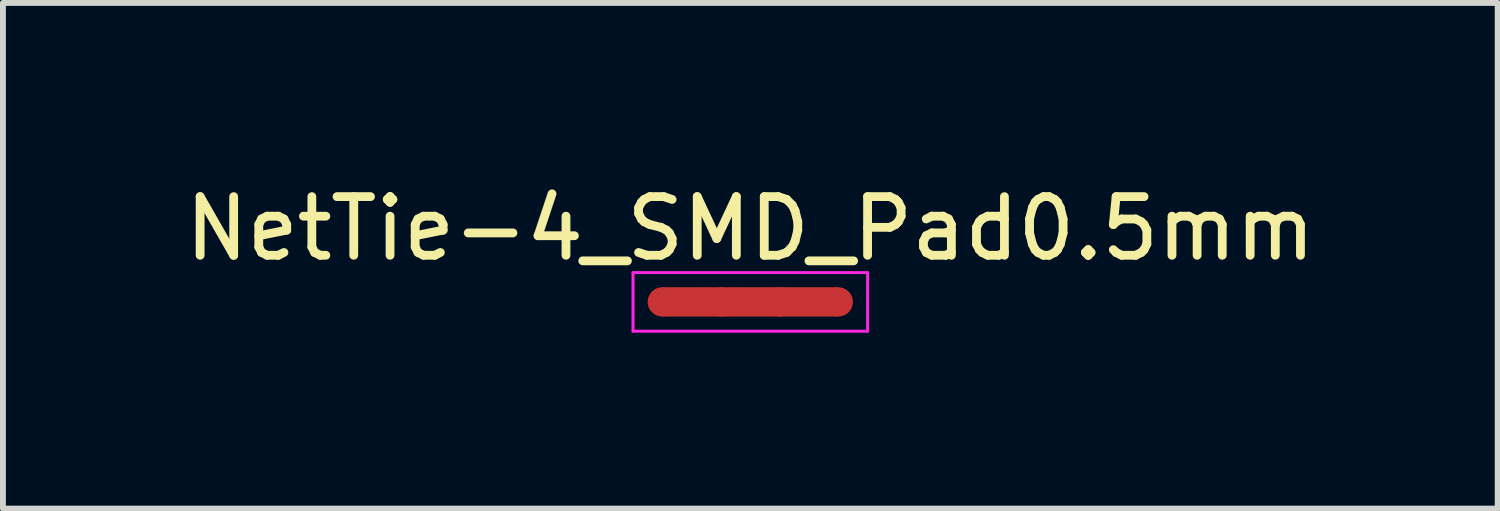
<source format=kicad_pcb>
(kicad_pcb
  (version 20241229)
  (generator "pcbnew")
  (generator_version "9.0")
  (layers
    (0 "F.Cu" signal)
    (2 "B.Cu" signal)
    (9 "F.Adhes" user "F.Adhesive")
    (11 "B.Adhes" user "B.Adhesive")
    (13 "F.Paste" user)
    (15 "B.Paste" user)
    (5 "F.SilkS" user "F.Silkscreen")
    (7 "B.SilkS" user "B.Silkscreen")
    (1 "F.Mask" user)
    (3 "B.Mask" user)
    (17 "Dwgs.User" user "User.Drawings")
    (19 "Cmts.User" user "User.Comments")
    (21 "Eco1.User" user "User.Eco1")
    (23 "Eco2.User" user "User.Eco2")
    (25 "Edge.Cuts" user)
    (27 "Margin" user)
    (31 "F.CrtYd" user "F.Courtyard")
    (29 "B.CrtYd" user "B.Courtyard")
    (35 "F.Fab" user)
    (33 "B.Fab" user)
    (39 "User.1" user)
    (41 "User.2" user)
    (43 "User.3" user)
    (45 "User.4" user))
  (footprint "NetTie-4_SMD_Pad0.5mm"
    (layer "F.Cu")
    (at 9.744 2.098)
    (property "Reference" "NetTie-4_SMD_Pad0.5mm" (at 0 -1.25 0) (layer "F.SilkS") (effects (font (size 1 1) (thickness 0.15))))
    (attr exclude_from_pos_files exclude_from_bom)
    (fp_poly (pts (xy -1.5 -0.25) (xy 1.5 -0.25) (xy 1.5 0.25) (xy -1.5 0.25)) (stroke (width 0) (type solid)) (fill yes) (layer "F.Cu"))
    (fp_line (start -2 -0.5) (end -2 0.5) (stroke (width 0.05) (type solid)) (layer "F.CrtYd"))
    (fp_line (start -2 0.5) (end 2 0.5) (stroke (width 0.05) (type solid)) (layer "F.CrtYd"))
    (fp_line (start 2 -0.5) (end -2 -0.5) (stroke (width 0.05) (type solid)) (layer "F.CrtYd"))
    (fp_line (start 2 0.5) (end 2 -0.5) (stroke (width 0.05) (type solid)) (layer "F.CrtYd"))
    (pad "1" smd circle (at -1.5 0) (size 0.5 0.5) (layers "F.Cu"))
    (pad "2" smd circle (at -0.5 0) (size 0.5 0.5) (layers "F.Cu"))
    (pad "3" smd circle (at 0.5 0) (size 0.5 0.5) (layers "F.Cu"))
    (pad "4" smd circle (at 1.5 0) (size 0.5 0.5) (layers "F.Cu")))
  (gr_rect
    (start -3 -3)
    (end 22.488 5.623)
    (stroke (width 0.1) (type default))
    (fill no)
    (layer "Edge.Cuts")))
</source>
